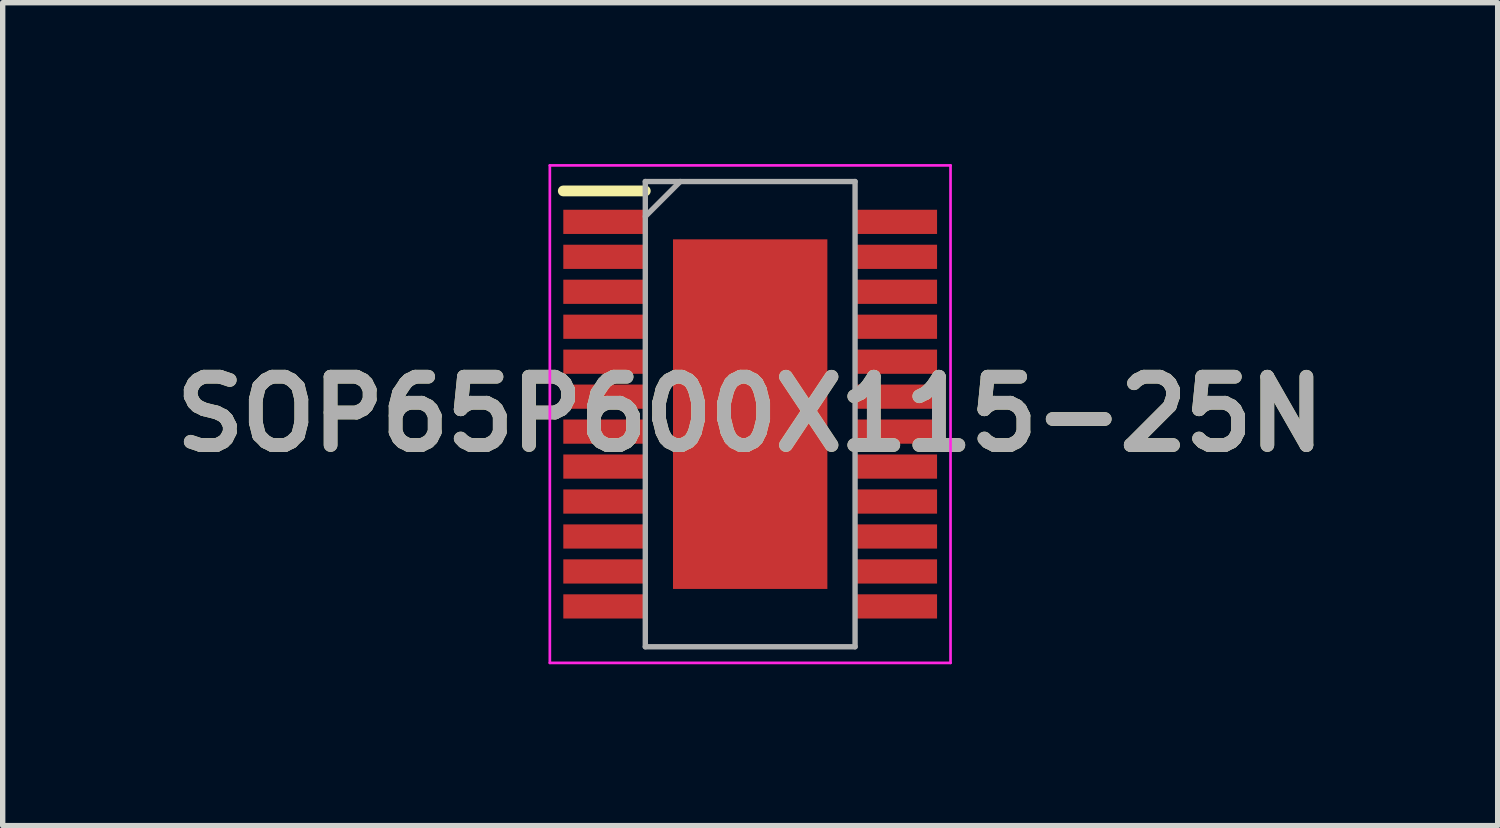
<source format=kicad_pcb>
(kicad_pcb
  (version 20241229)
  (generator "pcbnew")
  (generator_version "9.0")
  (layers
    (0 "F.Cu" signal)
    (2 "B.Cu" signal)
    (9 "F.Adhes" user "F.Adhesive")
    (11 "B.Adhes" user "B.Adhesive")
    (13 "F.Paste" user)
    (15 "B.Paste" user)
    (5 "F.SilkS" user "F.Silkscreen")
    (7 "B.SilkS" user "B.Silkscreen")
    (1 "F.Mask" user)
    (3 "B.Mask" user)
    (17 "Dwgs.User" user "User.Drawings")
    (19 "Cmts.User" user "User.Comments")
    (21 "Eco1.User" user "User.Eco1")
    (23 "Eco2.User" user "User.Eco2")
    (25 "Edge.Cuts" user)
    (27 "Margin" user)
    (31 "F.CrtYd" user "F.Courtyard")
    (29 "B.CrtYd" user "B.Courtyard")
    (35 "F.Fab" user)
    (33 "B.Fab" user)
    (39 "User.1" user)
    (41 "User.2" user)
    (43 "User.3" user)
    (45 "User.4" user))
  (footprint "SOP65P600X115-25N"
    (layer "F.Cu")
    (at 10.898 4.65)
    (property "Reference" "SOP65P600X115-25N" (at 0 0 0) (layer "F.SilkS") (effects (font (size 1.27 1.27) (thickness 0.254))))
    (attr smd)
    (fp_line (start -3.475 -4.15) (end -1.95 -4.15) (stroke (width 0.2) (type solid)) (layer "F.SilkS"))
    (fp_line (start -3.725 -4.625) (end 3.725 -4.625) (stroke (width 0.05) (type solid)) (layer "F.CrtYd"))
    (fp_line (start -3.725 4.625) (end -3.725 -4.625) (stroke (width 0.05) (type solid)) (layer "F.CrtYd"))
    (fp_line (start 3.725 -4.625) (end 3.725 4.625) (stroke (width 0.05) (type solid)) (layer "F.CrtYd"))
    (fp_line (start 3.725 4.625) (end -3.725 4.625) (stroke (width 0.05) (type solid)) (layer "F.CrtYd"))
    (fp_line (start -1.95 -4.325) (end 1.95 -4.325) (stroke (width 0.1) (type solid)) (layer "F.Fab"))
    (fp_line (start -1.95 -3.675) (end -1.3 -4.325) (stroke (width 0.1) (type solid)) (layer "F.Fab"))
    (fp_line (start -1.95 4.325) (end -1.95 -4.325) (stroke (width 0.1) (type solid)) (layer "F.Fab"))
    (fp_line (start 1.95 -4.325) (end 1.95 4.325) (stroke (width 0.1) (type solid)) (layer "F.Fab"))
    (fp_line (start 1.95 4.325) (end -1.95 4.325) (stroke (width 0.1) (type solid)) (layer "F.Fab"))
    (fp_text user "${REFERENCE}" (at 0 0 0) (layer "F.Fab") (effects (font (size 1.27 1.27) (thickness 0.254))))
    (pad "1" smd rect (at -2.712 -3.575 90) (size 0.45 1.525) (layers "F.Cu" "F.Mask" "F.Paste"))
    (pad "2" smd rect (at -2.712 -2.925 90) (size 0.45 1.525) (layers "F.Cu" "F.Mask" "F.Paste"))
    (pad "3" smd rect (at -2.712 -2.275 90) (size 0.45 1.525) (layers "F.Cu" "F.Mask" "F.Paste"))
    (pad "4" smd rect (at -2.712 -1.625 90) (size 0.45 1.525) (layers "F.Cu" "F.Mask" "F.Paste"))
    (pad "5" smd rect (at -2.712 -0.975 90) (size 0.45 1.525) (layers "F.Cu" "F.Mask" "F.Paste"))
    (pad "6" smd rect (at -2.712 -0.325 90) (size 0.45 1.525) (layers "F.Cu" "F.Mask" "F.Paste"))
    (pad "7" smd rect (at -2.712 0.325 90) (size 0.45 1.525) (layers "F.Cu" "F.Mask" "F.Paste"))
    (pad "8" smd rect (at -2.712 0.975 90) (size 0.45 1.525) (layers "F.Cu" "F.Mask" "F.Paste"))
    (pad "9" smd rect (at -2.712 1.625 90) (size 0.45 1.525) (layers "F.Cu" "F.Mask" "F.Paste"))
    (pad "10" smd rect (at -2.712 2.275 90) (size 0.45 1.525) (layers "F.Cu" "F.Mask" "F.Paste"))
    (pad "11" smd rect (at -2.712 2.925 90) (size 0.45 1.525) (layers "F.Cu" "F.Mask" "F.Paste"))
    (pad "12" smd rect (at -2.712 3.575 90) (size 0.45 1.525) (layers "F.Cu" "F.Mask" "F.Paste"))
    (pad "13" smd rect (at 2.712 3.575 90) (size 0.45 1.525) (layers "F.Cu" "F.Mask" "F.Paste"))
    (pad "14" smd rect (at 2.712 2.925 90) (size 0.45 1.525) (layers "F.Cu" "F.Mask" "F.Paste"))
    (pad "15" smd rect (at 2.712 2.275 90) (size 0.45 1.525) (layers "F.Cu" "F.Mask" "F.Paste"))
    (pad "16" smd rect (at 2.712 1.625 90) (size 0.45 1.525) (layers "F.Cu" "F.Mask" "F.Paste"))
    (pad "17" smd rect (at 2.712 0.975 90) (size 0.45 1.525) (layers "F.Cu" "F.Mask" "F.Paste"))
    (pad "18" smd rect (at 2.712 0.325 90) (size 0.45 1.525) (layers "F.Cu" "F.Mask" "F.Paste"))
    (pad "19" smd rect (at 2.712 -0.325 90) (size 0.45 1.525) (layers "F.Cu" "F.Mask" "F.Paste"))
    (pad "20" smd rect (at 2.712 -0.975 90) (size 0.45 1.525) (layers "F.Cu" "F.Mask" "F.Paste"))
    (pad "21" smd rect (at 2.712 -1.625 90) (size 0.45 1.525) (layers "F.Cu" "F.Mask" "F.Paste"))
    (pad "22" smd rect (at 2.712 -2.275 90) (size 0.45 1.525) (layers "F.Cu" "F.Mask" "F.Paste"))
    (pad "23" smd rect (at 2.712 -2.925 90) (size 0.45 1.525) (layers "F.Cu" "F.Mask" "F.Paste"))
    (pad "24" smd rect (at 2.712 -3.575 90) (size 0.45 1.525) (layers "F.Cu" "F.Mask" "F.Paste"))
    (pad "25" smd rect (at 0 0) (size 2.87 6.5) (layers "F.Cu" "F.Mask" "F.Paste")))
  (gr_rect
    (start -3 -3)
    (end 24.796 12.3)
    (stroke (width 0.1) (type default))
    (fill no)
    (layer "Edge.Cuts")))
</source>
